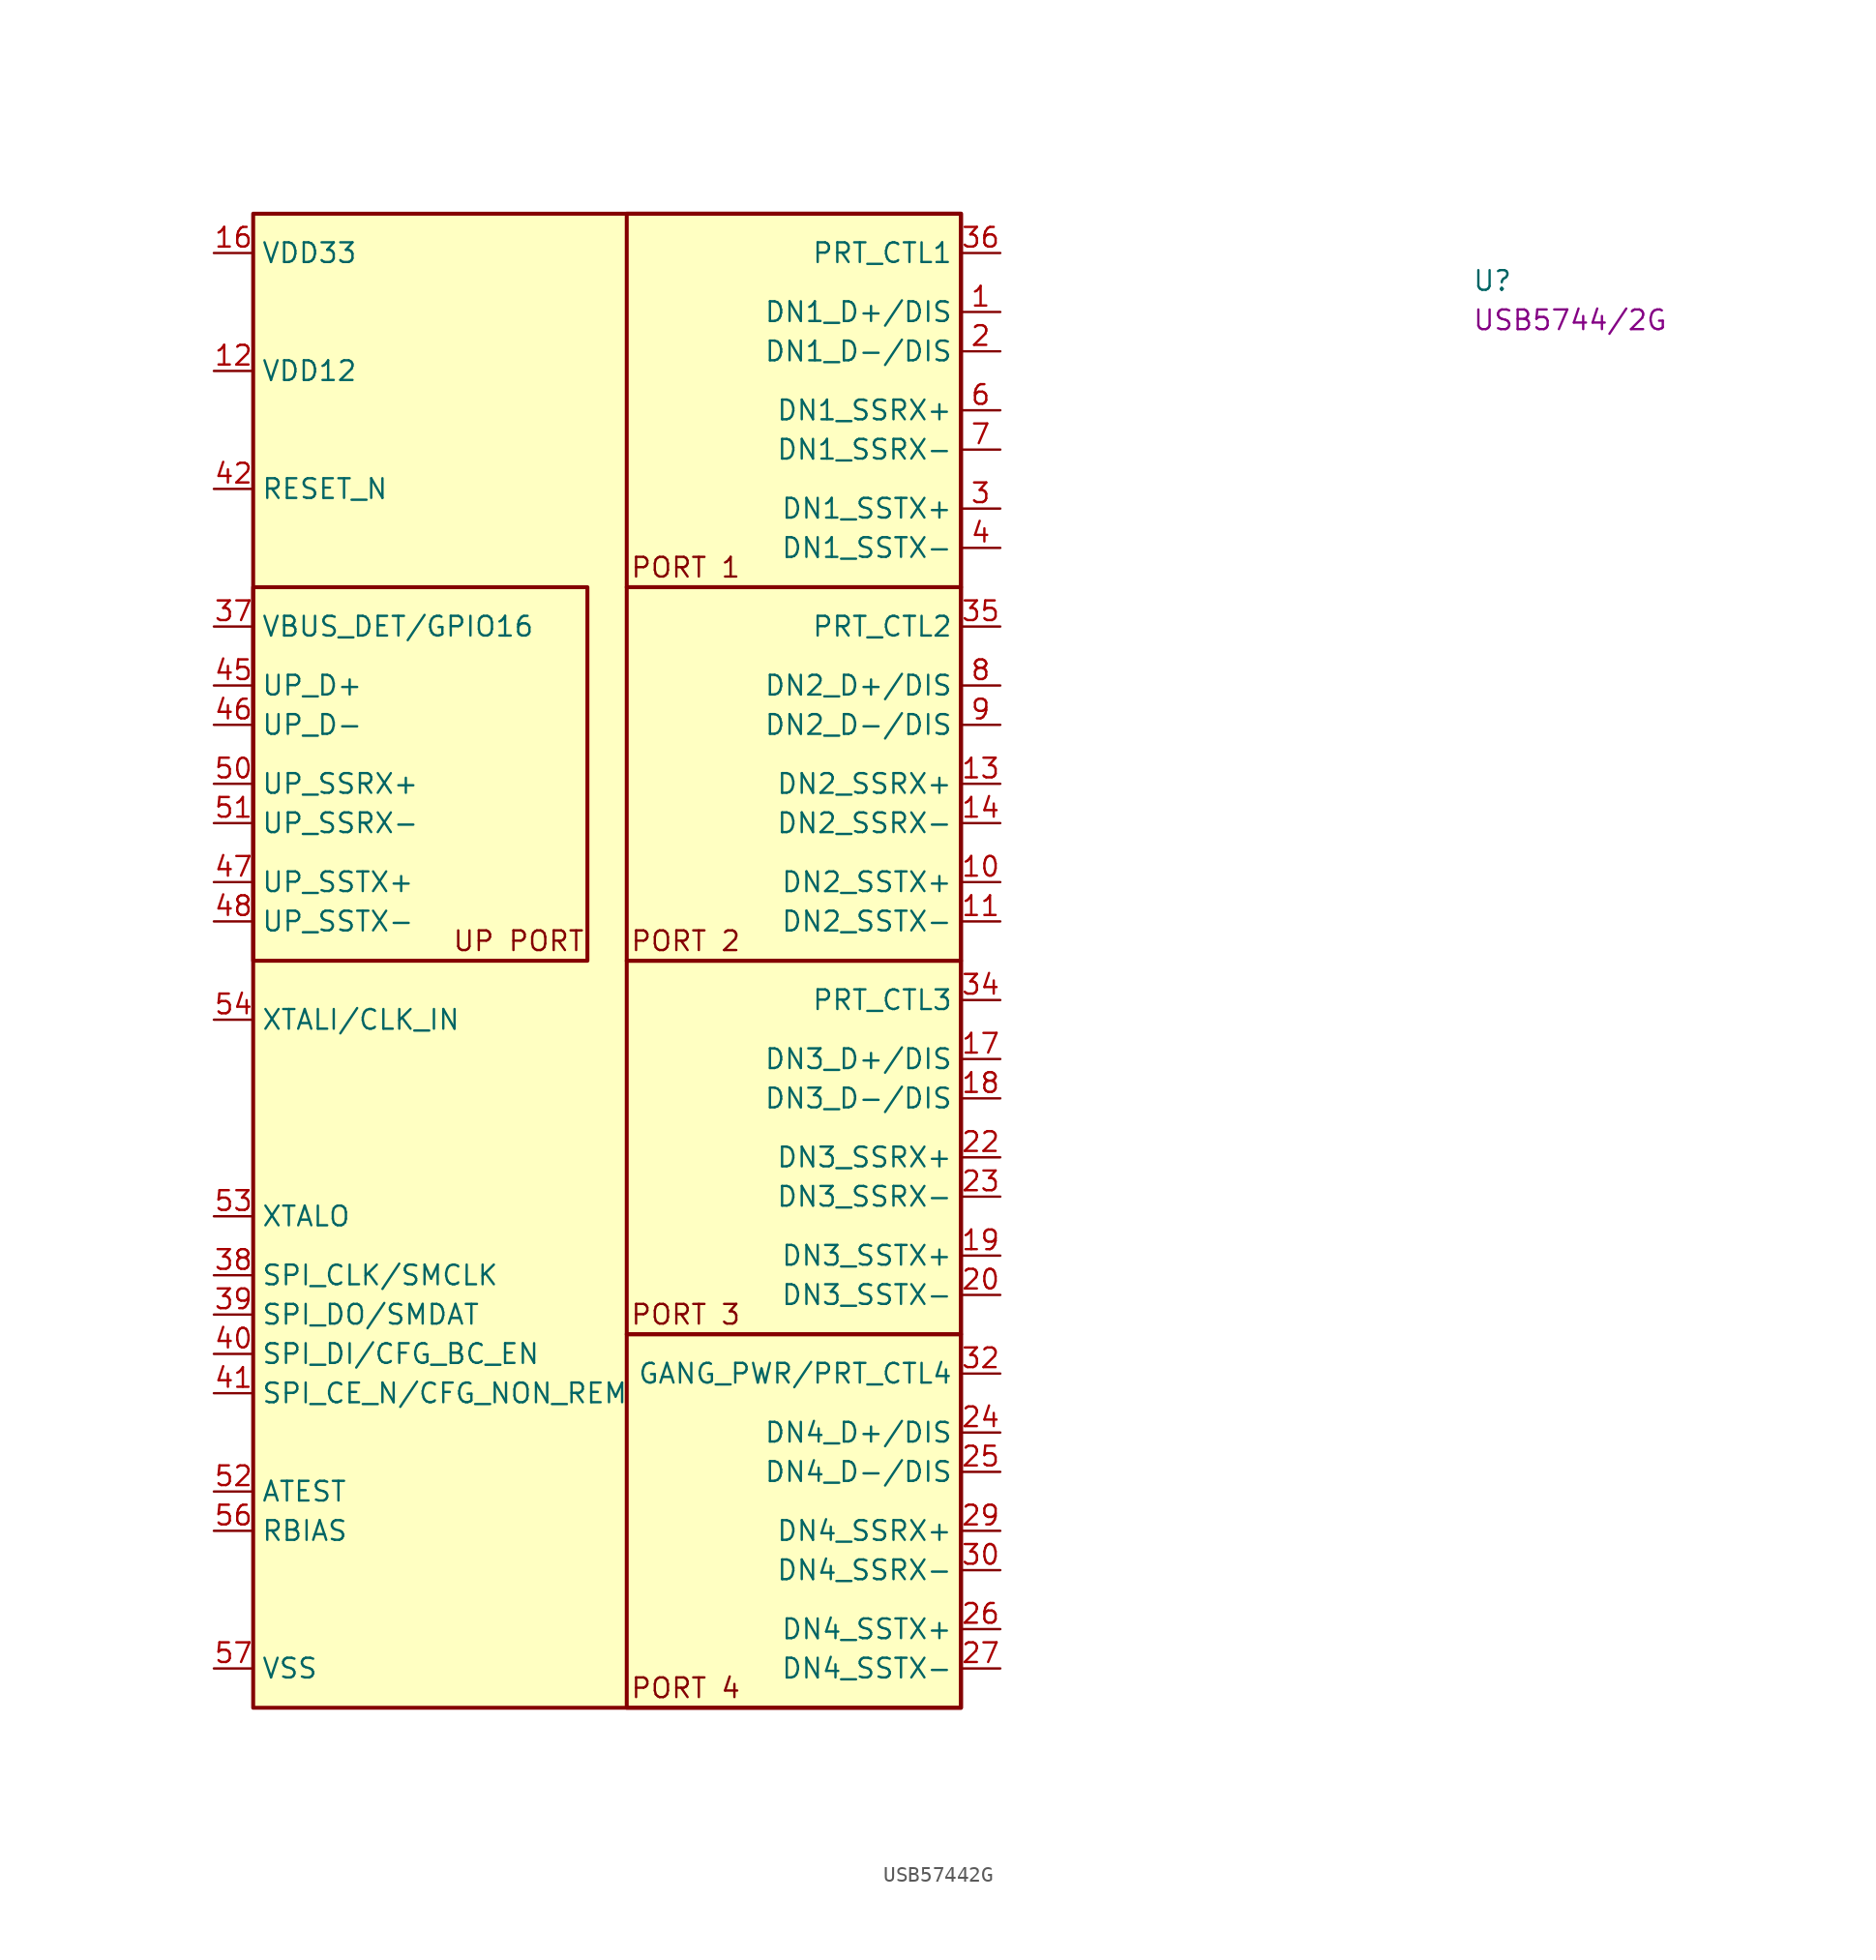
<source format=kicad_sym>
(kicad_symbol_lib
  (version 20220914)
  (generator kicad_symbol_editor)
  (symbol "USB57442G"
    (property "Reference" "U"
      (at 81.28 -2.54 0)
      (effects (font (size 1.27 1.27) (thickness 0.15)) (justify left bottom)))
    (property "MPN" "USB5744/2G"
      (at 81.28 -5.08 0)
      (effects (font (size 1.27 1.27) (thickness 0.15)) (justify left bottom)))
    (symbol "USB57442G_0_0"
      (text "PORT 1" (at 30.48 -20.32 0) (effects (font (size 1.27 1.27))))
      (text "PORT 2" (at 30.48 -44.45 0) (effects (font (size 1.27 1.27))))
      (text "PORT 3" (at 30.48 -68.58 0) (effects (font (size 1.27 1.27))))
      (text "PORT 4" (at 30.48 -92.71 0) (effects (font (size 1.27 1.27))))
      (text "UP PORT" (at 19.685 -44.45 0) (effects (font (size 1.27 1.27)))))
    (symbol "USB57442G_0_1"
      (rectangle (start 2.54 -21.59) (end 24.13 -45.72) (stroke (width 0.254) (type default)) (fill (type none)))
      (rectangle (start 26.67 -69.85) (end 48.26 -93.98) (stroke (width 0.254) (type default)) (fill (type none)))
      (rectangle (start 26.67 -45.72) (end 48.26 -69.85) (stroke (width 0.254) (type default)) (fill (type none)))
      (rectangle (start 26.67 -21.59) (end 48.26 -45.72) (stroke (width 0.254) (type default)) (fill (type none)))
      (rectangle (start 26.67 2.54) (end 48.26 -21.59) (stroke (width 0.254) (type default)) (fill (type none))))
    (symbol "USB57442G_1_1"
      (rectangle (start 2.54 2.54) (end 48.26 -93.98) (stroke (width 0.254) (type default)) (fill (type background)))
      (pin bidirectional line (at 50.8 -3.81 180) (length 2.54) (name "DN1_D+/DIS" (effects (font (size 1.27 1.27)))) (number "1" (effects (font (size 1.27 1.27)))))
      (pin bidirectional line (at 50.8 -40.64 180) (length 2.54) (name "DN2_SSTX+" (effects (font (size 1.27 1.27)))) (number "10" (effects (font (size 1.27 1.27)))))
      (pin bidirectional line (at 50.8 -43.18 180) (length 2.54) (name "DN2_SSTX-" (effects (font (size 1.27 1.27)))) (number "11" (effects (font (size 1.27 1.27)))))
      (pin power_in line (at 0 -7.62 0) (length 2.54) (name "VDD12" (effects (font (size 1.27 1.27)))) (number "12" (effects (font (size 1.27 1.27)))))
      (pin bidirectional line (at 50.8 -34.29 180) (length 2.54) (name "DN2_SSRX+" (effects (font (size 1.27 1.27)))) (number "13" (effects (font (size 1.27 1.27)))))
      (pin bidirectional line (at 50.8 -36.83 180) (length 2.54) (name "DN2_SSRX-" (effects (font (size 1.27 1.27)))) (number "14" (effects (font (size 1.27 1.27)))))
      (pin passive line (at 0 -7.62 0) (length 2.54) hide (name "VDD12" (effects (font (size 1.27 1.27)))) (number "15" (effects (font (size 1.27 1.27)))))
      (pin power_in line (at 0 0 0) (length 2.54) (name "VDD33" (effects (font (size 1.27 1.27)))) (number "16" (effects (font (size 1.27 1.27)))))
      (pin bidirectional line (at 50.8 -52.07 180) (length 2.54) (name "DN3_D+/DIS" (effects (font (size 1.27 1.27)))) (number "17" (effects (font (size 1.27 1.27)))))
      (pin bidirectional line (at 50.8 -54.61 180) (length 2.54) (name "DN3_D-/DIS" (effects (font (size 1.27 1.27)))) (number "18" (effects (font (size 1.27 1.27)))))
      (pin bidirectional line (at 50.8 -64.77 180) (length 2.54) (name "DN3_SSTX+" (effects (font (size 1.27 1.27)))) (number "19" (effects (font (size 1.27 1.27)))))
      (pin bidirectional line (at 50.8 -6.35 180) (length 2.54) (name "DN1_D-/DIS" (effects (font (size 1.27 1.27)))) (number "2" (effects (font (size 1.27 1.27)))))
      (pin bidirectional line (at 50.8 -67.31 180) (length 2.54) (name "DN3_SSTX-" (effects (font (size 1.27 1.27)))) (number "20" (effects (font (size 1.27 1.27)))))
      (pin passive line (at 0 -7.62 0) (length 2.54) hide (name "VDD12" (effects (font (size 1.27 1.27)))) (number "21" (effects (font (size 1.27 1.27)))))
      (pin bidirectional line (at 50.8 -58.42 180) (length 2.54) (name "DN3_SSRX+" (effects (font (size 1.27 1.27)))) (number "22" (effects (font (size 1.27 1.27)))))
      (pin bidirectional line (at 50.8 -60.96 180) (length 2.54) (name "DN3_SSRX-" (effects (font (size 1.27 1.27)))) (number "23" (effects (font (size 1.27 1.27)))))
      (pin bidirectional line (at 50.8 -76.2 180) (length 2.54) (name "DN4_D+/DIS" (effects (font (size 1.27 1.27)))) (number "24" (effects (font (size 1.27 1.27)))))
      (pin bidirectional line (at 50.8 -78.74 180) (length 2.54) (name "DN4_D-/DIS" (effects (font (size 1.27 1.27)))) (number "25" (effects (font (size 1.27 1.27)))))
      (pin bidirectional line (at 50.8 -88.9 180) (length 2.54) (name "DN4_SSTX+" (effects (font (size 1.27 1.27)))) (number "26" (effects (font (size 1.27 1.27)))))
      (pin bidirectional line (at 50.8 -91.44 180) (length 2.54) (name "DN4_SSTX-" (effects (font (size 1.27 1.27)))) (number "27" (effects (font (size 1.27 1.27)))))
      (pin passive line (at 0 -7.62 0) (length 2.54) hide (name "VDD12" (effects (font (size 1.27 1.27)))) (number "28" (effects (font (size 1.27 1.27)))))
      (pin bidirectional line (at 50.8 -82.55 180) (length 2.54) (name "DN4_SSRX+" (effects (font (size 1.27 1.27)))) (number "29" (effects (font (size 1.27 1.27)))))
      (pin bidirectional line (at 50.8 -16.51 180) (length 2.54) (name "DN1_SSTX+" (effects (font (size 1.27 1.27)))) (number "3" (effects (font (size 1.27 1.27)))))
      (pin bidirectional line (at 50.8 -85.09 180) (length 2.54) (name "DN4_SSRX-" (effects (font (size 1.27 1.27)))) (number "30" (effects (font (size 1.27 1.27)))))
      (pin passive line (at 0 0 0) (length 2.54) hide (name "VDD33" (effects (font (size 1.27 1.27)))) (number "31" (effects (font (size 1.27 1.27)))))
      (pin output line (at 50.8 -72.39 180) (length 2.54) (name "GANG_PWR/PRT_CTL4" (effects (font (size 1.27 1.27)))) (number "32" (effects (font (size 1.27 1.27)))))
      (pin passive line (at 0 -7.62 0) (length 2.54) hide (name "VDD12" (effects (font (size 1.27 1.27)))) (number "33" (effects (font (size 1.27 1.27)))))
      (pin output line (at 50.8 -48.26 180) (length 2.54) (name "PRT_CTL3" (effects (font (size 1.27 1.27)))) (number "34" (effects (font (size 1.27 1.27)))))
      (pin output line (at 50.8 -24.13 180) (length 2.54) (name "PRT_CTL2" (effects (font (size 1.27 1.27)))) (number "35" (effects (font (size 1.27 1.27)))))
      (pin output line (at 50.8 0 180) (length 2.54) (name "PRT_CTL1" (effects (font (size 1.27 1.27)))) (number "36" (effects (font (size 1.27 1.27)))))
      (pin bidirectional line (at 0 -24.13 0) (length 2.54) (name "VBUS_DET/GPIO16" (effects (font (size 1.27 1.27)))) (number "37" (effects (font (size 1.27 1.27)))))
      (pin bidirectional line (at 0 -66.04 0) (length 2.54) (name "SPI_CLK/SMCLK" (effects (font (size 1.27 1.27)))) (number "38" (effects (font (size 1.27 1.27)))))
      (pin bidirectional line (at 0 -68.58 0) (length 2.54) (name "SPI_DO/SMDAT" (effects (font (size 1.27 1.27)))) (number "39" (effects (font (size 1.27 1.27)))))
      (pin bidirectional line (at 50.8 -19.05 180) (length 2.54) (name "DN1_SSTX-" (effects (font (size 1.27 1.27)))) (number "4" (effects (font (size 1.27 1.27)))))
      (pin bidirectional line (at 0 -71.12 0) (length 2.54) (name "SPI_DI/CFG_BC_EN" (effects (font (size 1.27 1.27)))) (number "40" (effects (font (size 1.27 1.27)))))
      (pin bidirectional line (at 0 -73.66 0) (length 2.54) (name "SPI_CE_N/CFG_NON_REM" (effects (font (size 1.27 1.27)))) (number "41" (effects (font (size 1.27 1.27)))))
      (pin input line (at 0 -15.24 0) (length 2.54) (name "RESET_N" (effects (font (size 1.27 1.27)))) (number "42" (effects (font (size 1.27 1.27)))))
      (pin passive line (at 0 -7.62 0) (length 2.54) hide (name "VDD12" (effects (font (size 1.27 1.27)))) (number "43" (effects (font (size 1.27 1.27)))))
      (pin passive line (at 0 0 0) (length 2.54) hide (name "VDD33" (effects (font (size 1.27 1.27)))) (number "44" (effects (font (size 1.27 1.27)))))
      (pin bidirectional line (at 0 -27.94 0) (length 2.54) (name "UP_D+" (effects (font (size 1.27 1.27)))) (number "45" (effects (font (size 1.27 1.27)))))
      (pin bidirectional line (at 0 -30.48 0) (length 2.54) (name "UP_D-" (effects (font (size 1.27 1.27)))) (number "46" (effects (font (size 1.27 1.27)))))
      (pin bidirectional line (at 0 -40.64 0) (length 2.54) (name "UP_SSTX+" (effects (font (size 1.27 1.27)))) (number "47" (effects (font (size 1.27 1.27)))))
      (pin bidirectional line (at 0 -43.18 0) (length 2.54) (name "UP_SSTX-" (effects (font (size 1.27 1.27)))) (number "48" (effects (font (size 1.27 1.27)))))
      (pin passive line (at 0 -7.62 0) (length 2.54) hide (name "VDD12" (effects (font (size 1.27 1.27)))) (number "49" (effects (font (size 1.27 1.27)))))
      (pin passive line (at 0 -7.62 0) (length 2.54) hide (name "VDD12" (effects (font (size 1.27 1.27)))) (number "5" (effects (font (size 1.27 1.27)))))
      (pin bidirectional line (at 0 -34.29 0) (length 2.54) (name "UP_SSRX+" (effects (font (size 1.27 1.27)))) (number "50" (effects (font (size 1.27 1.27)))))
      (pin bidirectional line (at 0 -36.83 0) (length 2.54) (name "UP_SSRX-" (effects (font (size 1.27 1.27)))) (number "51" (effects (font (size 1.27 1.27)))))
      (pin input line (at 0 -80.01 0) (length 2.54) (name "ATEST" (effects (font (size 1.27 1.27)))) (number "52" (effects (font (size 1.27 1.27)))))
      (pin output line (at 0 -62.23 0) (length 2.54) (name "XTALO" (effects (font (size 1.27 1.27)))) (number "53" (effects (font (size 1.27 1.27)))))
      (pin input line (at 0 -49.53 0) (length 2.54) (name "XTALI/CLK_IN" (effects (font (size 1.27 1.27)))) (number "54" (effects (font (size 1.27 1.27)))))
      (pin passive line (at 0 0 0) (length 2.54) hide (name "VDD33" (effects (font (size 1.27 1.27)))) (number "55" (effects (font (size 1.27 1.27)))))
      (pin input line (at 0 -82.55 0) (length 2.54) (name "RBIAS" (effects (font (size 1.27 1.27)))) (number "56" (effects (font (size 1.27 1.27)))))
      (pin power_in line (at 0 -91.44 0) (length 2.54) (name "VSS" (effects (font (size 1.27 1.27)))) (number "57" (effects (font (size 1.27 1.27)))))
      (pin bidirectional line (at 50.8 -10.16 180) (length 2.54) (name "DN1_SSRX+" (effects (font (size 1.27 1.27)))) (number "6" (effects (font (size 1.27 1.27)))))
      (pin bidirectional line (at 50.8 -12.7 180) (length 2.54) (name "DN1_SSRX-" (effects (font (size 1.27 1.27)))) (number "7" (effects (font (size 1.27 1.27)))))
      (pin bidirectional line (at 50.8 -27.94 180) (length 2.54) (name "DN2_D+/DIS" (effects (font (size 1.27 1.27)))) (number "8" (effects (font (size 1.27 1.27)))))
      (pin bidirectional line (at 50.8 -30.48 180) (length 2.54) (name "DN2_D-/DIS" (effects (font (size 1.27 1.27)))) (number "9" (effects (font (size 1.27 1.27))))))))
</source>
